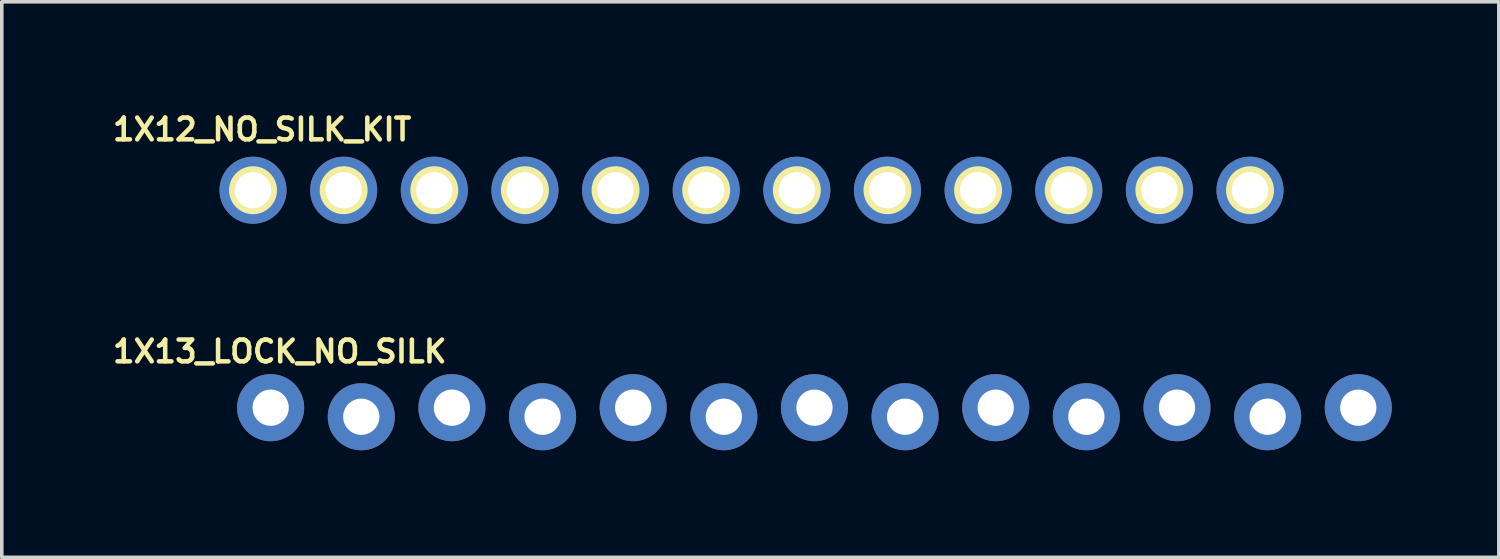
<source format=kicad_pcb>
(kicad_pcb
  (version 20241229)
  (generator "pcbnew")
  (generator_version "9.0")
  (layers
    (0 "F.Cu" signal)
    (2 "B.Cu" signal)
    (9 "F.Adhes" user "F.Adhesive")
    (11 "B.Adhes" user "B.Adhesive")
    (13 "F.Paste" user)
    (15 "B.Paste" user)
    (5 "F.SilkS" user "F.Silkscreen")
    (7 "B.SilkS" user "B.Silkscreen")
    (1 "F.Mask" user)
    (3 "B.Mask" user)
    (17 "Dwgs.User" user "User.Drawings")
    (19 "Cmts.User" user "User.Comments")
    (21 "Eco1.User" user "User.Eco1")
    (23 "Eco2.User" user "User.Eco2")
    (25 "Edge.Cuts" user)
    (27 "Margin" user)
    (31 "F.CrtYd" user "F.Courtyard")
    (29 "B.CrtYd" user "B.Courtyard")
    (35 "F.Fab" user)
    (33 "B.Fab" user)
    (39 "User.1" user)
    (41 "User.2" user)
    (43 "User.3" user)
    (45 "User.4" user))
  (footprint "1X13_LOCK_NO_SILK"
    (layer "F.Cu")
    (at 4.535 8.502)
    (property "Reference" "1X13_LOCK_NO_SILK" (at 0.254 -1.702 0) (layer "F.SilkS") (effects (font (size 0.61 0.61) (thickness 0.127))))
    (attr exclude_from_pos_files exclude_from_bom)
    (fp_line (start -0.254 -0.254) (end 0.254 -0.254) (stroke (width 0.066) (type solid)) (layer "Dwgs.User"))
    (fp_line (start -0.254 0.254) (end -0.254 -0.254) (stroke (width 0.066) (type solid)) (layer "Dwgs.User"))
    (fp_line (start -0.254 0.254) (end 0.254 0.254) (stroke (width 0.066) (type solid)) (layer "Dwgs.User"))
    (fp_line (start 0.254 0.254) (end 0.254 -0.254) (stroke (width 0.066) (type solid)) (layer "Dwgs.User"))
    (fp_line (start 2.286 -0.254) (end 2.794 -0.254) (stroke (width 0.066) (type solid)) (layer "Dwgs.User"))
    (fp_line (start 2.286 0.254) (end 2.286 -0.254) (stroke (width 0.066) (type solid)) (layer "Dwgs.User"))
    (fp_line (start 2.286 0.254) (end 2.794 0.254) (stroke (width 0.066) (type solid)) (layer "Dwgs.User"))
    (fp_line (start 2.794 0.254) (end 2.794 -0.254) (stroke (width 0.066) (type solid)) (layer "Dwgs.User"))
    (fp_line (start 4.826 -0.254) (end 5.334 -0.254) (stroke (width 0.066) (type solid)) (layer "Dwgs.User"))
    (fp_line (start 4.826 0.254) (end 4.826 -0.254) (stroke (width 0.066) (type solid)) (layer "Dwgs.User"))
    (fp_line (start 4.826 0.254) (end 5.334 0.254) (stroke (width 0.066) (type solid)) (layer "Dwgs.User"))
    (fp_line (start 5.334 0.254) (end 5.334 -0.254) (stroke (width 0.066) (type solid)) (layer "Dwgs.User"))
    (fp_line (start 7.366 -0.254) (end 7.874 -0.254) (stroke (width 0.066) (type solid)) (layer "Dwgs.User"))
    (fp_line (start 7.366 0.254) (end 7.366 -0.254) (stroke (width 0.066) (type solid)) (layer "Dwgs.User"))
    (fp_line (start 7.366 0.254) (end 7.874 0.254) (stroke (width 0.066) (type solid)) (layer "Dwgs.User"))
    (fp_line (start 7.874 0.254) (end 7.874 -0.254) (stroke (width 0.066) (type solid)) (layer "Dwgs.User"))
    (fp_line (start 9.906 -0.254) (end 10.414 -0.254) (stroke (width 0.066) (type solid)) (layer "Dwgs.User"))
    (fp_line (start 9.906 0.254) (end 9.906 -0.254) (stroke (width 0.066) (type solid)) (layer "Dwgs.User"))
    (fp_line (start 9.906 0.254) (end 10.414 0.254) (stroke (width 0.066) (type solid)) (layer "Dwgs.User"))
    (fp_line (start 10.414 0.254) (end 10.414 -0.254) (stroke (width 0.066) (type solid)) (layer "Dwgs.User"))
    (fp_line (start 12.446 -0.254) (end 12.954 -0.254) (stroke (width 0.066) (type solid)) (layer "Dwgs.User"))
    (fp_line (start 12.446 0.254) (end 12.446 -0.254) (stroke (width 0.066) (type solid)) (layer "Dwgs.User"))
    (fp_line (start 12.446 0.254) (end 12.954 0.254) (stroke (width 0.066) (type solid)) (layer "Dwgs.User"))
    (fp_line (start 12.954 0.254) (end 12.954 -0.254) (stroke (width 0.066) (type solid)) (layer "Dwgs.User"))
    (fp_line (start 14.986 -0.254) (end 15.494 -0.254) (stroke (width 0.066) (type solid)) (layer "Dwgs.User"))
    (fp_line (start 14.986 0.254) (end 14.986 -0.254) (stroke (width 0.066) (type solid)) (layer "Dwgs.User"))
    (fp_line (start 14.986 0.254) (end 15.494 0.254) (stroke (width 0.066) (type solid)) (layer "Dwgs.User"))
    (fp_line (start 15.494 0.254) (end 15.494 -0.254) (stroke (width 0.066) (type solid)) (layer "Dwgs.User"))
    (fp_line (start 17.523 -0.254) (end 18.034 -0.254) (stroke (width 0.066) (type solid)) (layer "Dwgs.User"))
    (fp_line (start 17.523 0.254) (end 17.523 -0.254) (stroke (width 0.066) (type solid)) (layer "Dwgs.User"))
    (fp_line (start 17.523 0.254) (end 18.034 0.254) (stroke (width 0.066) (type solid)) (layer "Dwgs.User"))
    (fp_line (start 18.034 0.254) (end 18.034 -0.254) (stroke (width 0.066) (type solid)) (layer "Dwgs.User"))
    (fp_line (start 20.066 -0.254) (end 20.574 -0.254) (stroke (width 0.066) (type solid)) (layer "Dwgs.User"))
    (fp_line (start 20.066 0.254) (end 20.066 -0.254) (stroke (width 0.066) (type solid)) (layer "Dwgs.User"))
    (fp_line (start 20.066 0.254) (end 20.574 0.254) (stroke (width 0.066) (type solid)) (layer "Dwgs.User"))
    (fp_line (start 20.574 0.254) (end 20.574 -0.254) (stroke (width 0.066) (type solid)) (layer "Dwgs.User"))
    (fp_line (start 22.606 -0.254) (end 23.114 -0.254) (stroke (width 0.066) (type solid)) (layer "Dwgs.User"))
    (fp_line (start 22.606 0.254) (end 22.606 -0.254) (stroke (width 0.066) (type solid)) (layer "Dwgs.User"))
    (fp_line (start 22.606 0.254) (end 23.114 0.254) (stroke (width 0.066) (type solid)) (layer "Dwgs.User"))
    (fp_line (start 23.114 0.254) (end 23.114 -0.254) (stroke (width 0.066) (type solid)) (layer "Dwgs.User"))
    (fp_line (start 25.146 -0.254) (end 25.654 -0.254) (stroke (width 0.066) (type solid)) (layer "Dwgs.User"))
    (fp_line (start 25.146 0.254) (end 25.146 -0.254) (stroke (width 0.066) (type solid)) (layer "Dwgs.User"))
    (fp_line (start 25.146 0.254) (end 25.654 0.254) (stroke (width 0.066) (type solid)) (layer "Dwgs.User"))
    (fp_line (start 25.654 0.254) (end 25.654 -0.254) (stroke (width 0.066) (type solid)) (layer "Dwgs.User"))
    (fp_line (start 27.686 -0.254) (end 28.194 -0.254) (stroke (width 0.066) (type solid)) (layer "Dwgs.User"))
    (fp_line (start 27.686 0.254) (end 27.686 -0.254) (stroke (width 0.066) (type solid)) (layer "Dwgs.User"))
    (fp_line (start 27.686 0.254) (end 28.194 0.254) (stroke (width 0.066) (type solid)) (layer "Dwgs.User"))
    (fp_line (start 28.194 0.254) (end 28.194 -0.254) (stroke (width 0.066) (type solid)) (layer "Dwgs.User"))
    (fp_line (start 30.226 -0.254) (end 30.734 -0.254) (stroke (width 0.066) (type solid)) (layer "Dwgs.User"))
    (fp_line (start 30.226 0.254) (end 30.226 -0.254) (stroke (width 0.066) (type solid)) (layer "Dwgs.User"))
    (fp_line (start 30.226 0.254) (end 30.734 0.254) (stroke (width 0.066) (type solid)) (layer "Dwgs.User"))
    (fp_line (start 30.734 0.254) (end 30.734 -0.254) (stroke (width 0.066) (type solid)) (layer "Dwgs.User"))
    (pad "1" thru_hole circle (at 0 -0.127) (size 1.88 1.88) (drill 1.016) (layers "*.Cu" "*.Paste" "*.Mask"))
    (pad "2" thru_hole circle (at 2.54 0.127) (size 1.88 1.88) (drill 1.016) (layers "*.Cu" "*.Paste" "*.Mask"))
    (pad "3" thru_hole circle (at 5.08 -0.127) (size 1.88 1.88) (drill 1.016) (layers "*.Cu" "*.Paste" "*.Mask"))
    (pad "4" thru_hole circle (at 7.62 0.127) (size 1.88 1.88) (drill 1.016) (layers "*.Cu" "*.Paste" "*.Mask"))
    (pad "5" thru_hole circle (at 10.16 -0.127) (size 1.88 1.88) (drill 1.016) (layers "*.Cu" "*.Paste" "*.Mask"))
    (pad "6" thru_hole circle (at 12.7 0.127) (size 1.88 1.88) (drill 1.016) (layers "*.Cu" "*.Paste" "*.Mask"))
    (pad "7" thru_hole circle (at 15.24 -0.127) (size 1.88 1.88) (drill 1.016) (layers "*.Cu" "*.Paste" "*.Mask"))
    (pad "8" thru_hole circle (at 17.78 0.127) (size 1.88 1.88) (drill 1.016) (layers "*.Cu" "*.Paste" "*.Mask"))
    (pad "9" thru_hole circle (at 20.32 -0.127) (size 1.88 1.88) (drill 1.016) (layers "*.Cu" "*.Paste" "*.Mask"))
    (pad "10" thru_hole circle (at 22.86 0.127) (size 1.88 1.88) (drill 1.016) (layers "*.Cu" "*.Paste" "*.Mask"))
    (pad "11" thru_hole circle (at 25.4 -0.127) (size 1.88 1.88) (drill 1.016) (layers "*.Cu" "*.Paste" "*.Mask"))
    (pad "12" thru_hole circle (at 27.94 0.127) (size 1.88 1.88) (drill 1.016) (layers "*.Cu" "*.Paste" "*.Mask"))
    (pad "13" thru_hole circle (at 30.48 -0.127) (size 1.88 1.88) (drill 1.016) (layers "*.Cu" "*.Paste" "*.Mask")))
  (footprint "1X12_NO_SILK_KIT"
    (layer "F.Cu")
    (at 4.041 2.281)
    (property "Reference" "1X12_NO_SILK_KIT" (at 0.254 -1.702 0) (layer "F.SilkS") (effects (font (size 0.61 0.61) (thickness 0.127))))
    (attr exclude_from_pos_files exclude_from_bom)
    (fp_circle (center 0 0) (end -0.475 0.475) (stroke (width 0) (type solid)) (fill yes) (layer "F.SilkS"))
    (fp_circle (center 0 0) (end -0.254 0.254) (stroke (width 0) (type solid)) (fill yes) (layer "F.SilkS"))
    (fp_circle (center 2.54 0) (end 2.794 0.254) (stroke (width 0) (type solid)) (fill yes) (layer "F.SilkS"))
    (fp_circle (center 2.54 0) (end 3.015 0.475) (stroke (width 0) (type solid)) (fill yes) (layer "F.SilkS"))
    (fp_circle (center 5.08 0) (end 5.334 0.254) (stroke (width 0) (type solid)) (fill yes) (layer "F.SilkS"))
    (fp_circle (center 5.08 0) (end 5.555 0.475) (stroke (width 0) (type solid)) (fill yes) (layer "F.SilkS"))
    (fp_circle (center 7.62 0) (end 7.874 0.254) (stroke (width 0) (type solid)) (fill yes) (layer "F.SilkS"))
    (fp_circle (center 7.62 0) (end 8.095 0.475) (stroke (width 0) (type solid)) (fill yes) (layer "F.SilkS"))
    (fp_circle (center 10.16 0) (end 10.414 0.254) (stroke (width 0) (type solid)) (fill yes) (layer "F.SilkS"))
    (fp_circle (center 10.16 0) (end 10.635 0.475) (stroke (width 0) (type solid)) (fill yes) (layer "F.SilkS"))
    (fp_circle (center 12.7 0) (end 12.954 0.254) (stroke (width 0) (type solid)) (fill yes) (layer "F.SilkS"))
    (fp_circle (center 12.7 0) (end 13.175 0.475) (stroke (width 0) (type solid)) (fill yes) (layer "F.SilkS"))
    (fp_circle (center 15.24 0) (end 15.494 0.254) (stroke (width 0) (type solid)) (fill yes) (layer "F.SilkS"))
    (fp_circle (center 15.24 0) (end 15.715 0.475) (stroke (width 0) (type solid)) (fill yes) (layer "F.SilkS"))
    (fp_circle (center 17.78 0) (end 18.034 0.254) (stroke (width 0) (type solid)) (fill yes) (layer "F.SilkS"))
    (fp_circle (center 17.78 0) (end 18.255 0.475) (stroke (width 0) (type solid)) (fill yes) (layer "F.SilkS"))
    (fp_circle (center 20.32 0) (end 20.574 0.254) (stroke (width 0) (type solid)) (fill yes) (layer "F.SilkS"))
    (fp_circle (center 20.32 0) (end 20.795 0.475) (stroke (width 0) (type solid)) (fill yes) (layer "F.SilkS"))
    (fp_circle (center 22.86 0) (end 23.114 0.254) (stroke (width 0) (type solid)) (fill yes) (layer "F.SilkS"))
    (fp_circle (center 22.86 0) (end 23.335 0.475) (stroke (width 0) (type solid)) (fill yes) (layer "F.SilkS"))
    (fp_circle (center 25.4 0) (end 25.654 0.254) (stroke (width 0) (type solid)) (fill yes) (layer "F.SilkS"))
    (fp_circle (center 25.4 0) (end 25.875 0.475) (stroke (width 0) (type solid)) (fill yes) (layer "F.SilkS"))
    (fp_circle (center 27.94 0) (end 28.194 0.254) (stroke (width 0) (type solid)) (fill yes) (layer "F.SilkS"))
    (fp_circle (center 27.94 0) (end 28.415 0.475) (stroke (width 0) (type solid)) (fill yes) (layer "F.SilkS"))
    (pad "1" thru_hole circle (at 0 0) (size 1.88 1.88) (drill 1.016) (layers "*.Cu" "*.Paste" "*.Mask"))
    (pad "2" thru_hole circle (at 2.54 0) (size 1.88 1.88) (drill 1.016) (layers "*.Cu" "*.Paste" "*.Mask"))
    (pad "3" thru_hole circle (at 5.08 0) (size 1.88 1.88) (drill 1.016) (layers "*.Cu" "*.Paste" "*.Mask"))
    (pad "4" thru_hole circle (at 7.62 0) (size 1.88 1.88) (drill 1.016) (layers "*.Cu" "*.Paste" "*.Mask"))
    (pad "5" thru_hole circle (at 10.16 0) (size 1.88 1.88) (drill 1.016) (layers "*.Cu" "*.Paste" "*.Mask"))
    (pad "6" thru_hole circle (at 12.7 0) (size 1.88 1.88) (drill 1.016) (layers "*.Cu" "*.Paste" "*.Mask"))
    (pad "7" thru_hole circle (at 15.24 0) (size 1.88 1.88) (drill 1.016) (layers "*.Cu" "*.Paste" "*.Mask"))
    (pad "8" thru_hole circle (at 17.78 0) (size 1.88 1.88) (drill 1.016) (layers "*.Cu" "*.Paste" "*.Mask"))
    (pad "9" thru_hole circle (at 20.32 0) (size 1.88 1.88) (drill 1.016) (layers "*.Cu" "*.Paste" "*.Mask"))
    (pad "10" thru_hole circle (at 22.86 0) (size 1.88 1.88) (drill 1.016) (layers "*.Cu" "*.Paste" "*.Mask"))
    (pad "11" thru_hole circle (at 25.4 0) (size 1.88 1.88) (drill 1.016) (layers "*.Cu" "*.Paste" "*.Mask"))
    (pad "12" thru_hole circle (at 27.94 0) (size 1.88 1.88) (drill 1.016) (layers "*.Cu" "*.Paste" "*.Mask")))
  (gr_rect
    (start -3 -3)
    (end 38.954 12.569)
    (stroke (width 0.1) (type default))
    (fill no)
    (layer "Edge.Cuts")))
</source>
